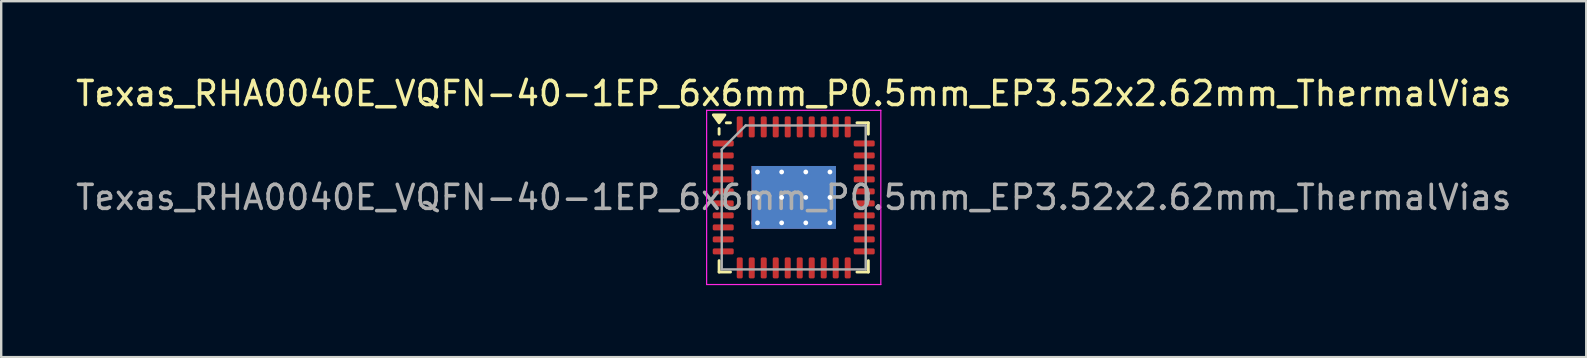
<source format=kicad_pcb>
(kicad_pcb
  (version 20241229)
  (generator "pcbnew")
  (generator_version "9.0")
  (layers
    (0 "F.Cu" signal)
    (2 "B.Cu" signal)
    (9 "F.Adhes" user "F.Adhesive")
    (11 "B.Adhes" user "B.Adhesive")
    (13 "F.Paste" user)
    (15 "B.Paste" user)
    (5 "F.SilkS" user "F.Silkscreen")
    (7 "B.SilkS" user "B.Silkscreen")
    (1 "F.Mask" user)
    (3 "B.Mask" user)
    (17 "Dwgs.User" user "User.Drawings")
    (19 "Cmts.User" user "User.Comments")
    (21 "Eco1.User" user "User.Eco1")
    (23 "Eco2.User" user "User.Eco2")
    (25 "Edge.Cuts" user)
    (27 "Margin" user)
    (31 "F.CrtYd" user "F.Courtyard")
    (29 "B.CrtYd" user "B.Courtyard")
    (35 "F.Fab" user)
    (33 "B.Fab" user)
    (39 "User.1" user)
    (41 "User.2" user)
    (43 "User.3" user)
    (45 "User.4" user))
  (footprint "Texas_RHA0040E_VQFN-40-1EP_6x6mm_P0.5mm_EP3.52x2.62mm_ThermalVias"
    (layer "F.Cu")
    (at 30.03 5.178)
    (property "Reference" "Texas_RHA0040E_VQFN-40-1EP_6x6mm_P0.5mm_EP3.52x2.62mm_ThermalVias" (at 0 -4.33 0) (layer "F.SilkS") (effects (font (size 1 1) (thickness 0.15))))
    (attr smd)
    (fp_line (start -3.11 -2.635) (end -3.11 -2.87) (stroke (width 0.12) (type solid)) (layer "F.SilkS"))
    (fp_line (start -3.11 3.11) (end -3.11 2.635) (stroke (width 0.12) (type solid)) (layer "F.SilkS"))
    (fp_line (start -2.635 -3.11) (end -2.81 -3.11) (stroke (width 0.12) (type solid)) (layer "F.SilkS"))
    (fp_line (start -2.635 3.11) (end -3.11 3.11) (stroke (width 0.12) (type solid)) (layer "F.SilkS"))
    (fp_line (start 2.635 -3.11) (end 3.11 -3.11) (stroke (width 0.12) (type solid)) (layer "F.SilkS"))
    (fp_line (start 2.635 3.11) (end 3.11 3.11) (stroke (width 0.12) (type solid)) (layer "F.SilkS"))
    (fp_line (start 3.11 -3.11) (end 3.11 -2.635) (stroke (width 0.12) (type solid)) (layer "F.SilkS"))
    (fp_line (start 3.11 3.11) (end 3.11 2.635) (stroke (width 0.12) (type solid)) (layer "F.SilkS"))
    (fp_poly (pts (xy -3.11 -3.11) (xy -3.35 -3.44) (xy -2.87 -3.44) (xy -3.11 -3.11)) (stroke (width 0.12) (type solid)) (fill yes) (layer "F.SilkS"))
    (fp_line (start -3.63 -3.63) (end -3.63 3.63) (stroke (width 0.05) (type solid)) (layer "F.CrtYd"))
    (fp_line (start -3.63 3.63) (end 3.63 3.63) (stroke (width 0.05) (type solid)) (layer "F.CrtYd"))
    (fp_line (start 3.63 -3.63) (end -3.63 -3.63) (stroke (width 0.05) (type solid)) (layer "F.CrtYd"))
    (fp_line (start 3.63 3.63) (end 3.63 -3.63) (stroke (width 0.05) (type solid)) (layer "F.CrtYd"))
    (fp_line (start -3 -2) (end -2 -3) (stroke (width 0.1) (type solid)) (layer "F.Fab"))
    (fp_line (start -3 3) (end -3 -2) (stroke (width 0.1) (type solid)) (layer "F.Fab"))
    (fp_line (start -2 -3) (end 3 -3) (stroke (width 0.1) (type solid)) (layer "F.Fab"))
    (fp_line (start 3 -3) (end 3 3) (stroke (width 0.1) (type solid)) (layer "F.Fab"))
    (fp_line (start 3 3) (end -3 3) (stroke (width 0.1) (type solid)) (layer "F.Fab"))
    (fp_text user "${REFERENCE}" (at 0 0 0) (layer "F.Fab") (effects (font (size 1 1) (thickness 0.15))))
    (pad "" smd roundrect (at -1.17 -0.655) (size 0.98 1.1) (layers "F.Paste") (roundrect_rratio 0.25))
    (pad "" smd roundrect (at -1.17 0.655) (size 0.98 1.1) (layers "F.Paste") (roundrect_rratio 0.25))
    (pad "" smd roundrect (at 0 -0.655) (size 0.98 1.1) (layers "F.Paste") (roundrect_rratio 0.25))
    (pad "" smd roundrect (at 0 0.655) (size 0.98 1.1) (layers "F.Paste") (roundrect_rratio 0.25))
    (pad "" smd roundrect (at 1.17 -0.655) (size 0.98 1.1) (layers "F.Paste") (roundrect_rratio 0.25))
    (pad "" smd roundrect (at 1.17 0.655) (size 0.98 1.1) (layers "F.Paste") (roundrect_rratio 0.25))
    (pad "1" smd roundrect (at -2.938 -2.25) (size 0.875 0.25) (layers "F.Cu" "F.Mask" "F.Paste") (roundrect_rratio 0.25))
    (pad "2" smd roundrect (at -2.938 -1.75) (size 0.875 0.25) (layers "F.Cu" "F.Mask" "F.Paste") (roundrect_rratio 0.25))
    (pad "3" smd roundrect (at -2.938 -1.25) (size 0.875 0.25) (layers "F.Cu" "F.Mask" "F.Paste") (roundrect_rratio 0.25))
    (pad "4" smd roundrect (at -2.938 -0.75) (size 0.875 0.25) (layers "F.Cu" "F.Mask" "F.Paste") (roundrect_rratio 0.25))
    (pad "5" smd roundrect (at -2.938 -0.25) (size 0.875 0.25) (layers "F.Cu" "F.Mask" "F.Paste") (roundrect_rratio 0.25))
    (pad "6" smd roundrect (at -2.938 0.25) (size 0.875 0.25) (layers "F.Cu" "F.Mask" "F.Paste") (roundrect_rratio 0.25))
    (pad "7" smd roundrect (at -2.938 0.75) (size 0.875 0.25) (layers "F.Cu" "F.Mask" "F.Paste") (roundrect_rratio 0.25))
    (pad "8" smd roundrect (at -2.938 1.25) (size 0.875 0.25) (layers "F.Cu" "F.Mask" "F.Paste") (roundrect_rratio 0.25))
    (pad "9" smd roundrect (at -2.938 1.75) (size 0.875 0.25) (layers "F.Cu" "F.Mask" "F.Paste") (roundrect_rratio 0.25))
    (pad "10" smd roundrect (at -2.938 2.25) (size 0.875 0.25) (layers "F.Cu" "F.Mask" "F.Paste") (roundrect_rratio 0.25))
    (pad "11" smd roundrect (at -2.25 2.938) (size 0.25 0.875) (layers "F.Cu" "F.Mask" "F.Paste") (roundrect_rratio 0.25))
    (pad "12" smd roundrect (at -1.75 2.938) (size 0.25 0.875) (layers "F.Cu" "F.Mask" "F.Paste") (roundrect_rratio 0.25))
    (pad "13" smd roundrect (at -1.25 2.938) (size 0.25 0.875) (layers "F.Cu" "F.Mask" "F.Paste") (roundrect_rratio 0.25))
    (pad "14" smd roundrect (at -0.75 2.938) (size 0.25 0.875) (layers "F.Cu" "F.Mask" "F.Paste") (roundrect_rratio 0.25))
    (pad "15" smd roundrect (at -0.25 2.938) (size 0.25 0.875) (layers "F.Cu" "F.Mask" "F.Paste") (roundrect_rratio 0.25))
    (pad "16" smd roundrect (at 0.25 2.938) (size 0.25 0.875) (layers "F.Cu" "F.Mask" "F.Paste") (roundrect_rratio 0.25))
    (pad "17" smd roundrect (at 0.75 2.938) (size 0.25 0.875) (layers "F.Cu" "F.Mask" "F.Paste") (roundrect_rratio 0.25))
    (pad "18" smd roundrect (at 1.25 2.938) (size 0.25 0.875) (layers "F.Cu" "F.Mask" "F.Paste") (roundrect_rratio 0.25))
    (pad "19" smd roundrect (at 1.75 2.938) (size 0.25 0.875) (layers "F.Cu" "F.Mask" "F.Paste") (roundrect_rratio 0.25))
    (pad "20" smd roundrect (at 2.25 2.938) (size 0.25 0.875) (layers "F.Cu" "F.Mask" "F.Paste") (roundrect_rratio 0.25))
    (pad "21" smd roundrect (at 2.938 2.25) (size 0.875 0.25) (layers "F.Cu" "F.Mask" "F.Paste") (roundrect_rratio 0.25))
    (pad "22" smd roundrect (at 2.938 1.75) (size 0.875 0.25) (layers "F.Cu" "F.Mask" "F.Paste") (roundrect_rratio 0.25))
    (pad "23" smd roundrect (at 2.938 1.25) (size 0.875 0.25) (layers "F.Cu" "F.Mask" "F.Paste") (roundrect_rratio 0.25))
    (pad "24" smd roundrect (at 2.938 0.75) (size 0.875 0.25) (layers "F.Cu" "F.Mask" "F.Paste") (roundrect_rratio 0.25))
    (pad "25" smd roundrect (at 2.938 0.25) (size 0.875 0.25) (layers "F.Cu" "F.Mask" "F.Paste") (roundrect_rratio 0.25))
    (pad "26" smd roundrect (at 2.938 -0.25) (size 0.875 0.25) (layers "F.Cu" "F.Mask" "F.Paste") (roundrect_rratio 0.25))
    (pad "27" smd roundrect (at 2.938 -0.75) (size 0.875 0.25) (layers "F.Cu" "F.Mask" "F.Paste") (roundrect_rratio 0.25))
    (pad "28" smd roundrect (at 2.938 -1.25) (size 0.875 0.25) (layers "F.Cu" "F.Mask" "F.Paste") (roundrect_rratio 0.25))
    (pad "29" smd roundrect (at 2.938 -1.75) (size 0.875 0.25) (layers "F.Cu" "F.Mask" "F.Paste") (roundrect_rratio 0.25))
    (pad "30" smd roundrect (at 2.938 -2.25) (size 0.875 0.25) (layers "F.Cu" "F.Mask" "F.Paste") (roundrect_rratio 0.25))
    (pad "31" smd roundrect (at 2.25 -2.938) (size 0.25 0.875) (layers "F.Cu" "F.Mask" "F.Paste") (roundrect_rratio 0.25))
    (pad "32" smd roundrect (at 1.75 -2.938) (size 0.25 0.875) (layers "F.Cu" "F.Mask" "F.Paste") (roundrect_rratio 0.25))
    (pad "33" smd roundrect (at 1.25 -2.938) (size 0.25 0.875) (layers "F.Cu" "F.Mask" "F.Paste") (roundrect_rratio 0.25))
    (pad "34" smd roundrect (at 0.75 -2.938) (size 0.25 0.875) (layers "F.Cu" "F.Mask" "F.Paste") (roundrect_rratio 0.25))
    (pad "35" smd roundrect (at 0.25 -2.938) (size 0.25 0.875) (layers "F.Cu" "F.Mask" "F.Paste") (roundrect_rratio 0.25))
    (pad "36" smd roundrect (at -0.25 -2.938) (size 0.25 0.875) (layers "F.Cu" "F.Mask" "F.Paste") (roundrect_rratio 0.25))
    (pad "37" smd roundrect (at -0.75 -2.938) (size 0.25 0.875) (layers "F.Cu" "F.Mask" "F.Paste") (roundrect_rratio 0.25))
    (pad "38" smd roundrect (at -1.25 -2.938) (size 0.25 0.875) (layers "F.Cu" "F.Mask" "F.Paste") (roundrect_rratio 0.25))
    (pad "39" smd roundrect (at -1.75 -2.938) (size 0.25 0.875) (layers "F.Cu" "F.Mask" "F.Paste") (roundrect_rratio 0.25))
    (pad "40" smd roundrect (at -2.25 -2.938) (size 0.25 0.875) (layers "F.Cu" "F.Mask" "F.Paste") (roundrect_rratio 0.25))
    (pad "41" thru_hole circle (at -1.51 -1.06) (size 0.5 0.5) (drill 0.2) (property pad_prop_heatsink) (layers "*.Cu"))
    (pad "41" thru_hole circle (at -1.51 0) (size 0.5 0.5) (drill 0.2) (property pad_prop_heatsink) (layers "*.Cu"))
    (pad "41" thru_hole circle (at -1.51 1.06) (size 0.5 0.5) (drill 0.2) (property pad_prop_heatsink) (layers "*.Cu"))
    (pad "41" thru_hole circle (at -0.503 -1.06) (size 0.5 0.5) (drill 0.2) (property pad_prop_heatsink) (layers "*.Cu"))
    (pad "41" thru_hole circle (at -0.503 0) (size 0.5 0.5) (drill 0.2) (property pad_prop_heatsink) (layers "*.Cu"))
    (pad "41" thru_hole circle (at -0.503 1.06) (size 0.5 0.5) (drill 0.2) (property pad_prop_heatsink) (layers "*.Cu"))
    (pad "41" smd rect (at 0 0) (size 3.52 2.62) (property pad_prop_heatsink) (layers "F.Cu" "F.Mask"))
    (pad "41" smd rect (at 0 0) (size 3.52 2.62) (property pad_prop_heatsink) (layers "B.Cu"))
    (pad "41" thru_hole circle (at 0.503 -1.06) (size 0.5 0.5) (drill 0.2) (property pad_prop_heatsink) (layers "*.Cu"))
    (pad "41" thru_hole circle (at 0.503 0) (size 0.5 0.5) (drill 0.2) (property pad_prop_heatsink) (layers "*.Cu"))
    (pad "41" thru_hole circle (at 0.503 1.06) (size 0.5 0.5) (drill 0.2) (property pad_prop_heatsink) (layers "*.Cu"))
    (pad "41" thru_hole circle (at 1.51 -1.06) (size 0.5 0.5) (drill 0.2) (property pad_prop_heatsink) (layers "*.Cu"))
    (pad "41" thru_hole circle (at 1.51 0) (size 0.5 0.5) (drill 0.2) (property pad_prop_heatsink) (layers "*.Cu"))
    (pad "41" thru_hole circle (at 1.51 1.06) (size 0.5 0.5) (drill 0.2) (property pad_prop_heatsink) (layers "*.Cu")))
  (gr_rect
    (start -3 -3)
    (end 63.06 11.833)
    (stroke (width 0.1) (type default))
    (fill no)
    (layer "Edge.Cuts")))
</source>
